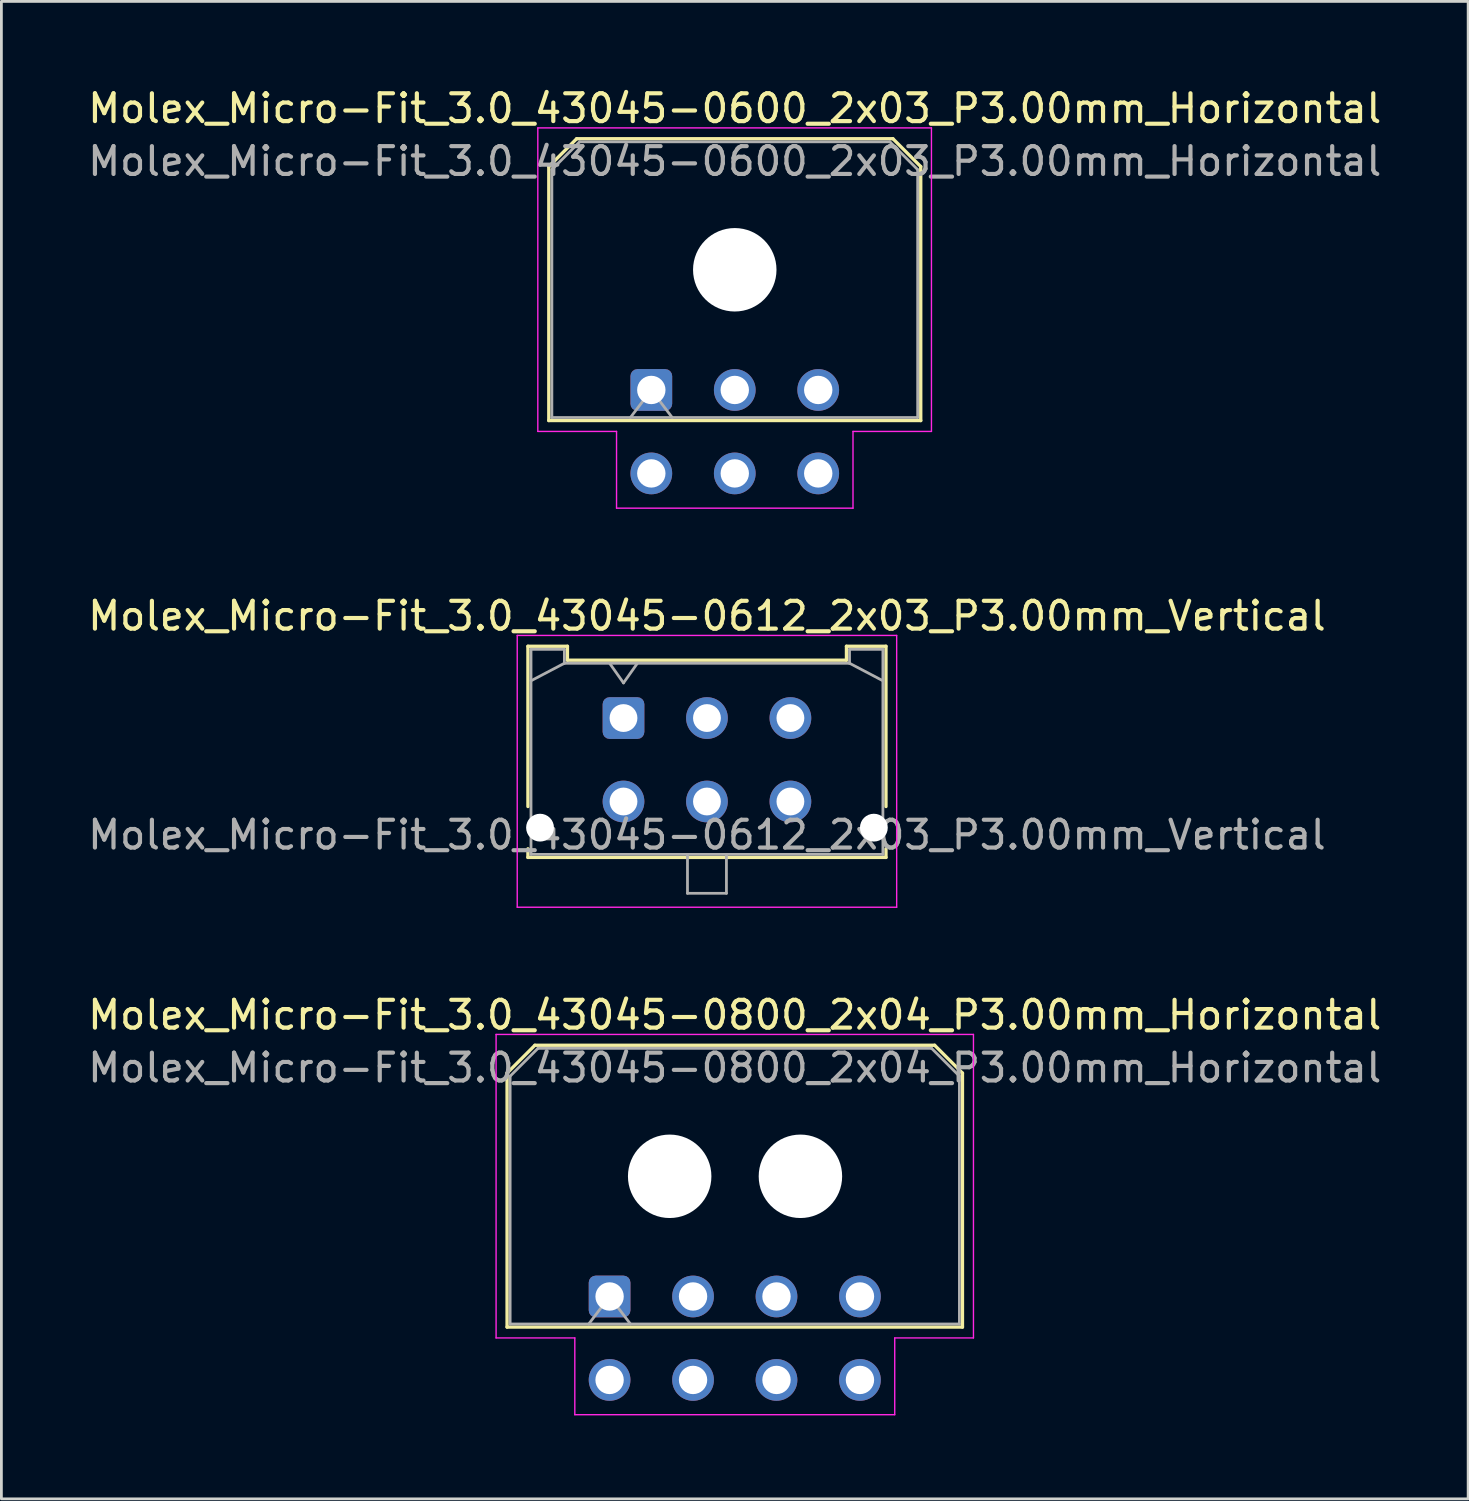
<source format=kicad_pcb>
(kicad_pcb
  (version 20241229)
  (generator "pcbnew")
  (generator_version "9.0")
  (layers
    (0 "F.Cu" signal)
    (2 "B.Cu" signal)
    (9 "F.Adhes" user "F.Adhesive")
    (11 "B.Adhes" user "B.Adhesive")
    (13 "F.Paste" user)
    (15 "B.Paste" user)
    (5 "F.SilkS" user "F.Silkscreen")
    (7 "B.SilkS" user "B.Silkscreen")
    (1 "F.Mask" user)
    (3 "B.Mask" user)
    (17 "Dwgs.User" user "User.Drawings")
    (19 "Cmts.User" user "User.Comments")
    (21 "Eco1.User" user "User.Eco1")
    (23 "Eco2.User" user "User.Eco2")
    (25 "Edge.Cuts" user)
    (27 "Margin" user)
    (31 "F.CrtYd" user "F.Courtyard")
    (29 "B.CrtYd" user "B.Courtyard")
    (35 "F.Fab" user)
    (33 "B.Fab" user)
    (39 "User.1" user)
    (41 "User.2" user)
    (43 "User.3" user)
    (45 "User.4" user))
  (footprint "Molex_Micro-Fit_3.0_43045-0800_2x04_P3.00mm_Horizontal"
    (layer "F.Cu")
    (at 18.863 43.555)
    (property "Reference" "Molex_Micro-Fit_3.0_43045-0800_2x04_P3.00mm_Horizontal" (at 4.5 -10.12 0) (layer "F.SilkS") (effects (font (size 1 1) (thickness 0.15))))
    (attr through_hole)
    (fp_line (start -3.685 -8.03) (end -2.685 -9.03) (stroke (width 0.12) (type solid)) (layer "F.SilkS"))
    (fp_line (start -3.685 1.1) (end -3.685 -8.03) (stroke (width 0.12) (type solid)) (layer "F.SilkS"))
    (fp_line (start -2.685 -9.03) (end 11.685 -9.03) (stroke (width 0.12) (type solid)) (layer "F.SilkS"))
    (fp_line (start 11.685 -9.03) (end 12.685 -8.03) (stroke (width 0.12) (type solid)) (layer "F.SilkS"))
    (fp_line (start 12.685 -8.03) (end 12.685 1.1) (stroke (width 0.12) (type solid)) (layer "F.SilkS"))
    (fp_line (start 12.685 1.1) (end -3.685 1.1) (stroke (width 0.12) (type solid)) (layer "F.SilkS"))
    (fp_line (start -4.08 -9.42) (end 13.08 -9.42) (stroke (width 0.05) (type solid)) (layer "F.CrtYd"))
    (fp_line (start -4.08 1.49) (end -4.08 -9.42) (stroke (width 0.05) (type solid)) (layer "F.CrtYd"))
    (fp_line (start -1.25 1.49) (end -4.08 1.49) (stroke (width 0.05) (type solid)) (layer "F.CrtYd"))
    (fp_line (start -1.25 4.25) (end -1.25 1.49) (stroke (width 0.05) (type solid)) (layer "F.CrtYd"))
    (fp_line (start 10.25 1.49) (end 10.25 4.25) (stroke (width 0.05) (type solid)) (layer "F.CrtYd"))
    (fp_line (start 10.25 4.25) (end -1.25 4.25) (stroke (width 0.05) (type solid)) (layer "F.CrtYd"))
    (fp_line (start 13.08 -9.42) (end 13.08 1.49) (stroke (width 0.05) (type solid)) (layer "F.CrtYd"))
    (fp_line (start 13.08 1.49) (end 10.25 1.49) (stroke (width 0.05) (type solid)) (layer "F.CrtYd"))
    (fp_line (start -3.575 -7.92) (end -2.575 -8.92) (stroke (width 0.1) (type solid)) (layer "F.Fab"))
    (fp_line (start -3.575 0.99) (end -3.575 -7.92) (stroke (width 0.1) (type solid)) (layer "F.Fab"))
    (fp_line (start -2.575 -8.92) (end 11.575 -8.92) (stroke (width 0.1) (type solid)) (layer "F.Fab"))
    (fp_line (start -0.75 0.99) (end 0 0) (stroke (width 0.1) (type solid)) (layer "F.Fab"))
    (fp_line (start 0 0) (end 0.75 0.99) (stroke (width 0.1) (type solid)) (layer "F.Fab"))
    (fp_line (start 11.575 -8.92) (end 12.575 -7.92) (stroke (width 0.1) (type solid)) (layer "F.Fab"))
    (fp_line (start 12.575 -7.92) (end 12.575 0.99) (stroke (width 0.1) (type solid)) (layer "F.Fab"))
    (fp_line (start 12.575 0.99) (end -3.575 0.99) (stroke (width 0.1) (type solid)) (layer "F.Fab"))
    (fp_text user "${REFERENCE}" (at 4.5 -8.22 0) (layer "F.Fab") (effects (font (size 1 1) (thickness 0.15))))
    (pad "" np_thru_hole circle (at 2.16 -4.32) (size 3 3) (drill 3) (layers "*.Cu" "*.Mask"))
    (pad "" np_thru_hole circle (at 6.86 -4.32) (size 3 3) (drill 3) (layers "*.Cu" "*.Mask"))
    (pad "1" thru_hole roundrect (at 0 0) (size 1.5 1.5) (drill 1.02) (layers "*.Cu" "*.Mask") (roundrect_rratio 0.167))
    (pad "2" thru_hole circle (at 3 0) (size 1.5 1.5) (drill 1.02) (layers "*.Cu" "*.Mask"))
    (pad "3" thru_hole circle (at 6 0) (size 1.5 1.5) (drill 1.02) (layers "*.Cu" "*.Mask"))
    (pad "4" thru_hole circle (at 9 0) (size 1.5 1.5) (drill 1.02) (layers "*.Cu" "*.Mask"))
    (pad "5" thru_hole circle (at 0 3) (size 1.5 1.5) (drill 1.02) (layers "*.Cu" "*.Mask"))
    (pad "6" thru_hole circle (at 3 3) (size 1.5 1.5) (drill 1.02) (layers "*.Cu" "*.Mask"))
    (pad "7" thru_hole circle (at 6 3) (size 1.5 1.5) (drill 1.02) (layers "*.Cu" "*.Mask"))
    (pad "8" thru_hole circle (at 9 3) (size 1.5 1.5) (drill 1.02) (layers "*.Cu" "*.Mask")))
  (footprint "Molex_Micro-Fit_3.0_43045-0600_2x03_P3.00mm_Horizontal"
    (layer "F.Cu")
    (at 20.363 10.968)
    (property "Reference" "Molex_Micro-Fit_3.0_43045-0600_2x03_P3.00mm_Horizontal" (at 3 -10.12 0) (layer "F.SilkS") (effects (font (size 1 1) (thickness 0.15))))
    (attr through_hole)
    (fp_line (start -3.685 -8.03) (end -2.685 -9.03) (stroke (width 0.12) (type solid)) (layer "F.SilkS"))
    (fp_line (start -3.685 1.1) (end -3.685 -8.03) (stroke (width 0.12) (type solid)) (layer "F.SilkS"))
    (fp_line (start -2.685 -9.03) (end 8.685 -9.03) (stroke (width 0.12) (type solid)) (layer "F.SilkS"))
    (fp_line (start 8.685 -9.03) (end 9.685 -8.03) (stroke (width 0.12) (type solid)) (layer "F.SilkS"))
    (fp_line (start 9.685 -8.03) (end 9.685 1.1) (stroke (width 0.12) (type solid)) (layer "F.SilkS"))
    (fp_line (start 9.685 1.1) (end -3.685 1.1) (stroke (width 0.12) (type solid)) (layer "F.SilkS"))
    (fp_line (start -4.08 -9.42) (end 10.07 -9.42) (stroke (width 0.05) (type solid)) (layer "F.CrtYd"))
    (fp_line (start -4.08 1.49) (end -4.08 -9.42) (stroke (width 0.05) (type solid)) (layer "F.CrtYd"))
    (fp_line (start -1.25 1.49) (end -4.08 1.49) (stroke (width 0.05) (type solid)) (layer "F.CrtYd"))
    (fp_line (start -1.25 4.25) (end -1.25 1.49) (stroke (width 0.05) (type solid)) (layer "F.CrtYd"))
    (fp_line (start 7.25 1.49) (end 7.25 4.25) (stroke (width 0.05) (type solid)) (layer "F.CrtYd"))
    (fp_line (start 7.25 4.25) (end -1.25 4.25) (stroke (width 0.05) (type solid)) (layer "F.CrtYd"))
    (fp_line (start 10.07 -9.42) (end 10.07 1.49) (stroke (width 0.05) (type solid)) (layer "F.CrtYd"))
    (fp_line (start 10.07 1.49) (end 7.25 1.49) (stroke (width 0.05) (type solid)) (layer "F.CrtYd"))
    (fp_line (start -3.575 -7.92) (end -2.575 -8.92) (stroke (width 0.1) (type solid)) (layer "F.Fab"))
    (fp_line (start -3.575 0.99) (end -3.575 -7.92) (stroke (width 0.1) (type solid)) (layer "F.Fab"))
    (fp_line (start -2.575 -8.92) (end 8.575 -8.92) (stroke (width 0.1) (type solid)) (layer "F.Fab"))
    (fp_line (start -0.75 0.99) (end 0 0) (stroke (width 0.1) (type solid)) (layer "F.Fab"))
    (fp_line (start 0 0) (end 0.75 0.99) (stroke (width 0.1) (type solid)) (layer "F.Fab"))
    (fp_line (start 8.575 -8.92) (end 9.575 -7.92) (stroke (width 0.1) (type solid)) (layer "F.Fab"))
    (fp_line (start 9.575 -7.92) (end 9.575 0.99) (stroke (width 0.1) (type solid)) (layer "F.Fab"))
    (fp_line (start 9.575 0.99) (end -3.575 0.99) (stroke (width 0.1) (type solid)) (layer "F.Fab"))
    (fp_text user "${REFERENCE}" (at 3 -8.22 0) (layer "F.Fab") (effects (font (size 1 1) (thickness 0.15))))
    (pad "" np_thru_hole circle (at 3 -4.32) (size 3 3) (drill 3) (layers "*.Cu" "*.Mask"))
    (pad "1" thru_hole roundrect (at 0 0) (size 1.5 1.5) (drill 1.02) (layers "*.Cu" "*.Mask") (roundrect_rratio 0.167))
    (pad "2" thru_hole circle (at 3 0) (size 1.5 1.5) (drill 1.02) (layers "*.Cu" "*.Mask"))
    (pad "3" thru_hole circle (at 6 0) (size 1.5 1.5) (drill 1.02) (layers "*.Cu" "*.Mask"))
    (pad "4" thru_hole circle (at 0 3) (size 1.5 1.5) (drill 1.02) (layers "*.Cu" "*.Mask"))
    (pad "5" thru_hole circle (at 3 3) (size 1.5 1.5) (drill 1.02) (layers "*.Cu" "*.Mask"))
    (pad "6" thru_hole circle (at 6 3) (size 1.5 1.5) (drill 1.02) (layers "*.Cu" "*.Mask")))
  (footprint "Molex_Micro-Fit_3.0_43045-0612_2x03_P3.00mm_Vertical"
    (layer "F.Cu")
    (at 19.363 22.762)
    (property "Reference" "Molex_Micro-Fit_3.0_43045-0612_2x03_P3.00mm_Vertical" (at 3 -3.67 0) (layer "F.SilkS") (effects (font (size 1 1) (thickness 0.15))))
    (attr through_hole)
    (fp_line (start -3.435 -2.58) (end -2.015 -2.58) (stroke (width 0.12) (type solid)) (layer "F.SilkS"))
    (fp_line (start -3.435 3.18) (end -3.435 -2.58) (stroke (width 0.12) (type solid)) (layer "F.SilkS"))
    (fp_line (start -3.435 4.7) (end -3.435 5.01) (stroke (width 0.12) (type solid)) (layer "F.SilkS"))
    (fp_line (start -3.435 5.01) (end 9.435 5.01) (stroke (width 0.12) (type solid)) (layer "F.SilkS"))
    (fp_line (start -2.015 -2.58) (end -2.015 -2.08) (stroke (width 0.12) (type solid)) (layer "F.SilkS"))
    (fp_line (start -2.015 -2.08) (end 8.015 -2.08) (stroke (width 0.12) (type solid)) (layer "F.SilkS"))
    (fp_line (start 8.015 -2.58) (end 9.435 -2.58) (stroke (width 0.12) (type solid)) (layer "F.SilkS"))
    (fp_line (start 8.015 -2.08) (end 8.015 -2.58) (stroke (width 0.12) (type solid)) (layer "F.SilkS"))
    (fp_line (start 9.435 -2.58) (end 9.435 3.18) (stroke (width 0.12) (type solid)) (layer "F.SilkS"))
    (fp_line (start 9.435 5.01) (end 9.435 4.7) (stroke (width 0.12) (type solid)) (layer "F.SilkS"))
    (fp_line (start -3.82 -2.97) (end 9.82 -2.97) (stroke (width 0.05) (type solid)) (layer "F.CrtYd"))
    (fp_line (start -3.82 6.8) (end -3.82 -2.97) (stroke (width 0.05) (type solid)) (layer "F.CrtYd"))
    (fp_line (start 9.82 -2.97) (end 9.82 6.8) (stroke (width 0.05) (type solid)) (layer "F.CrtYd"))
    (fp_line (start 9.82 6.8) (end -3.82 6.8) (stroke (width 0.05) (type solid)) (layer "F.CrtYd"))
    (fp_line (start -3.325 -2.47) (end -3.325 4.9) (stroke (width 0.1) (type solid)) (layer "F.Fab"))
    (fp_line (start -3.325 -1.34) (end -2.125 -1.97) (stroke (width 0.1) (type solid)) (layer "F.Fab"))
    (fp_line (start -3.325 4.9) (end 9.325 4.9) (stroke (width 0.1) (type solid)) (layer "F.Fab"))
    (fp_line (start -2.125 -2.47) (end -3.325 -2.47) (stroke (width 0.1) (type solid)) (layer "F.Fab"))
    (fp_line (start -2.125 -1.97) (end -2.125 -2.47) (stroke (width 0.1) (type solid)) (layer "F.Fab"))
    (fp_line (start -0.5 -1.97) (end 0 -1.263) (stroke (width 0.1) (type solid)) (layer "F.Fab"))
    (fp_line (start 0 -1.263) (end 0.5 -1.97) (stroke (width 0.1) (type solid)) (layer "F.Fab"))
    (fp_line (start 2.3 4.9) (end 2.3 6.3) (stroke (width 0.1) (type solid)) (layer "F.Fab"))
    (fp_line (start 2.3 6.3) (end 3.7 6.3) (stroke (width 0.1) (type solid)) (layer "F.Fab"))
    (fp_line (start 3.7 6.3) (end 3.7 4.9) (stroke (width 0.1) (type solid)) (layer "F.Fab"))
    (fp_line (start 8.125 -2.47) (end 8.125 -1.97) (stroke (width 0.1) (type solid)) (layer "F.Fab"))
    (fp_line (start 8.125 -1.97) (end -2.125 -1.97) (stroke (width 0.1) (type solid)) (layer "F.Fab"))
    (fp_line (start 9.325 -2.47) (end 8.125 -2.47) (stroke (width 0.1) (type solid)) (layer "F.Fab"))
    (fp_line (start 9.325 -1.34) (end 8.125 -1.97) (stroke (width 0.1) (type solid)) (layer "F.Fab"))
    (fp_line (start 9.325 4.9) (end 9.325 -2.47) (stroke (width 0.1) (type solid)) (layer "F.Fab"))
    (fp_text user "${REFERENCE}" (at 3 4.2 0) (layer "F.Fab") (effects (font (size 1 1) (thickness 0.15))))
    (pad "" np_thru_hole circle (at -3 3.94) (size 1 1) (drill 1) (layers "*.Cu" "*.Mask"))
    (pad "" np_thru_hole circle (at 9 3.94) (size 1 1) (drill 1) (layers "*.Cu" "*.Mask"))
    (pad "1" thru_hole roundrect (at 0 0) (size 1.5 1.5) (drill 1) (layers "*.Cu" "*.Mask") (roundrect_rratio 0.167))
    (pad "2" thru_hole circle (at 3 0) (size 1.5 1.5) (drill 1) (layers "*.Cu" "*.Mask"))
    (pad "3" thru_hole circle (at 6 0) (size 1.5 1.5) (drill 1) (layers "*.Cu" "*.Mask"))
    (pad "4" thru_hole circle (at 0 3) (size 1.5 1.5) (drill 1) (layers "*.Cu" "*.Mask"))
    (pad "5" thru_hole circle (at 3 3) (size 1.5 1.5) (drill 1) (layers "*.Cu" "*.Mask"))
    (pad "6" thru_hole circle (at 6 3) (size 1.5 1.5) (drill 1) (layers "*.Cu" "*.Mask")))
  (gr_rect
    (start -3 -3)
    (end 49.726 50.83)
    (stroke (width 0.1) (type default))
    (fill no)
    (layer "Edge.Cuts")))
</source>
